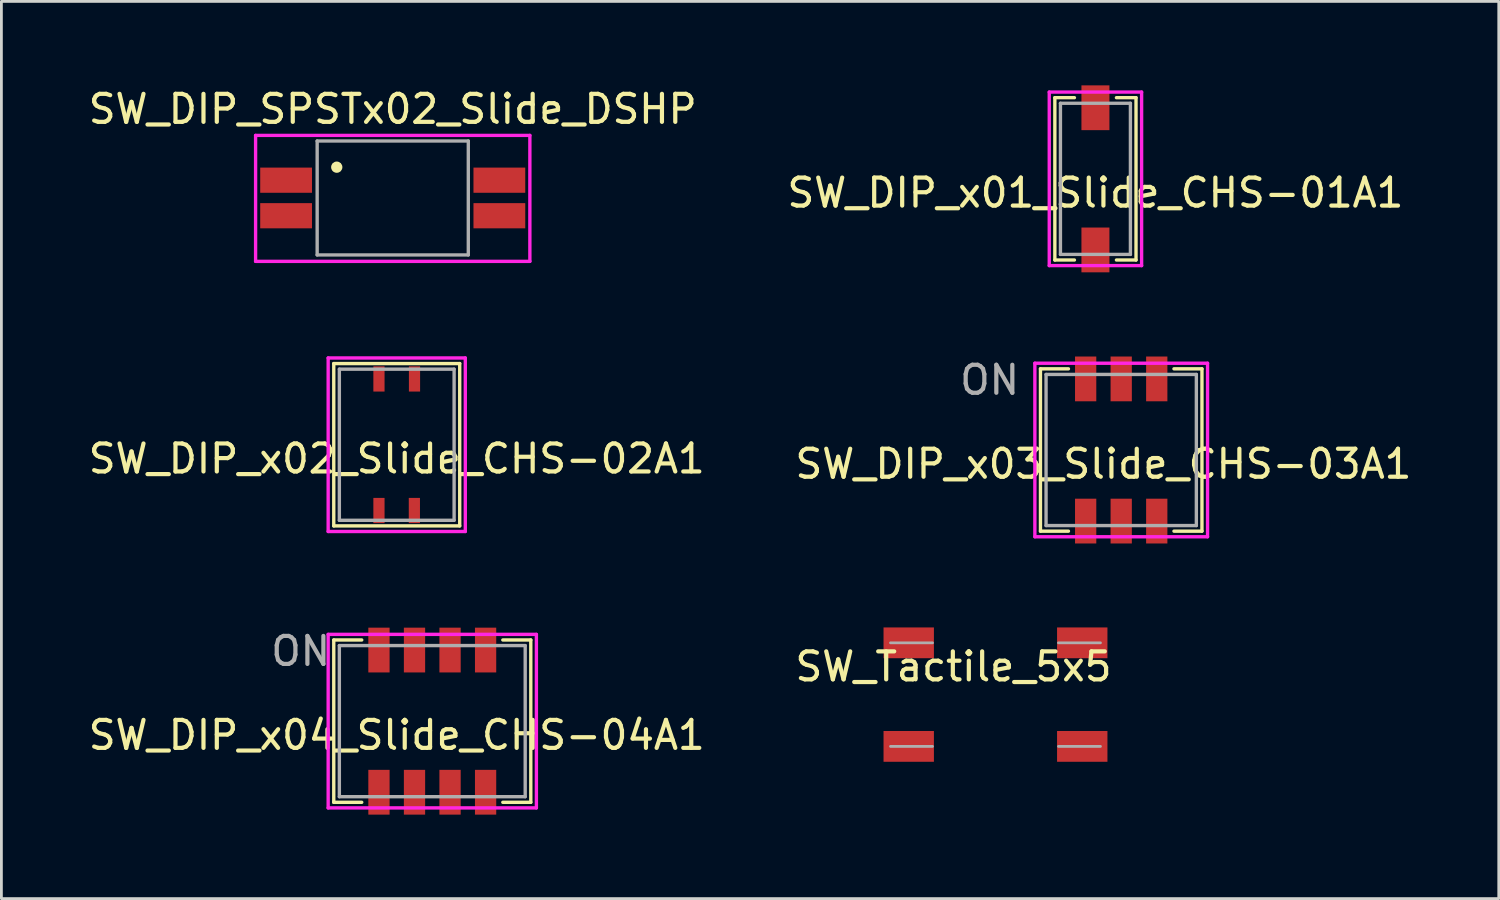
<source format=kicad_pcb>
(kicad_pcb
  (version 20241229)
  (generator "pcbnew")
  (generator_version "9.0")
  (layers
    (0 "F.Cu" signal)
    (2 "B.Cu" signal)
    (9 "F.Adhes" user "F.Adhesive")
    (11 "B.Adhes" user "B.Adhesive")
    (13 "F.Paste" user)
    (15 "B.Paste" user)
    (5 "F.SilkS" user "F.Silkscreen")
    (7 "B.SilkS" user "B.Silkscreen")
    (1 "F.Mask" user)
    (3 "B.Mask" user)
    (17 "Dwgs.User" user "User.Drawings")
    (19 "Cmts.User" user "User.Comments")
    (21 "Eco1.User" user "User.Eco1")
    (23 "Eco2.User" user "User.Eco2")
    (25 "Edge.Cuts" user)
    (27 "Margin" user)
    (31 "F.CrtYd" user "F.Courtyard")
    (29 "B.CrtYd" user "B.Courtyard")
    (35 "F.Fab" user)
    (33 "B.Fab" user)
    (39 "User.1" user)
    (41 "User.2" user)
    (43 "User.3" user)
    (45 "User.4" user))
  (footprint "SW_DIP_SPSTx02_Slide_DSHP"
    (layer "F.Cu")
    (at 10.982 4.023)
    (property "Reference" "SW_DIP_SPSTx02_Slide_DSHP" (at 0 -3.175 0) (layer "F.SilkS") (effects (font (size 1 1) (thickness 0.15))))
    (attr smd)
    (fp_circle (center -2 -1.1) (end -1.9 -1) (stroke (width 0.12) (type solid)) (fill no) (layer "F.SilkS"))
    (fp_poly (pts (xy -1.9 -1) (xy -2.1 -1) (xy -2.1 -1.2) (xy -1.9 -1.2)) (stroke (width 0.1) (type solid)) (fill yes) (layer "F.SilkS"))
    (fp_line (start -4.9 -2.235) (end -4.9 2.265) (stroke (width 0.12) (type solid)) (layer "F.CrtYd"))
    (fp_line (start -4.9 2.265) (end 4.9 2.265) (stroke (width 0.12) (type solid)) (layer "F.CrtYd"))
    (fp_line (start 4.9 -2.235) (end -4.9 -2.235) (stroke (width 0.12) (type solid)) (layer "F.CrtYd"))
    (fp_line (start 4.9 2.265) (end 4.9 -2.235) (stroke (width 0.12) (type solid)) (layer "F.CrtYd"))
    (fp_line (start -2.7 -2.035) (end 2.7 -2.035) (stroke (width 0.12) (type solid)) (layer "F.Fab"))
    (fp_line (start -2.7 2.035) (end -2.7 -2.035) (stroke (width 0.12) (type solid)) (layer "F.Fab"))
    (fp_line (start 2.7 -2.035) (end 2.7 2.035) (stroke (width 0.12) (type solid)) (layer "F.Fab"))
    (fp_line (start 2.7 2.035) (end -2.7 2.035) (stroke (width 0.12) (type solid)) (layer "F.Fab"))
    (pad "1" smd rect (at -3.81 -0.635) (size 1.85 0.9) (layers "F.Cu" "F.Mask" "F.Paste"))
    (pad "2" smd rect (at -3.81 0.635) (size 1.85 0.9) (layers "F.Cu" "F.Mask" "F.Paste"))
    (pad "3" smd rect (at 3.81 0.635) (size 1.85 0.9) (layers "F.Cu" "F.Mask" "F.Paste"))
    (pad "4" smd rect (at 3.81 -0.635) (size 1.85 0.9) (layers "F.Cu" "F.Mask" "F.Paste")))
  (footprint "SW_DIP_x02_Slide_CHS-02A1"
    (layer "F.Cu")
    (at 11.125 12.84)
    (property "Reference" "SW_DIP_x02_Slide_CHS-02A1" (at 0 0.5 0) (layer "F.SilkS") (effects (font (size 1 1) (thickness 0.15))))
    (attr smd)
    (fp_line (start -2.25 -2.9) (end -2.25 2.9) (stroke (width 0.12) (type solid)) (layer "F.SilkS"))
    (fp_line (start -2.25 -2.9) (end 2.25 -2.9) (stroke (width 0.12) (type solid)) (layer "F.SilkS"))
    (fp_line (start -2.25 2.9) (end 2.25 2.9) (stroke (width 0.12) (type solid)) (layer "F.SilkS"))
    (fp_line (start 2.25 -2.9) (end 2.25 2.9) (stroke (width 0.12) (type solid)) (layer "F.SilkS"))
    (fp_line (start -2.45 -3.1) (end 2.45 -3.1) (stroke (width 0.12) (type solid)) (layer "F.CrtYd"))
    (fp_line (start -2.45 3.1) (end -2.45 -3.1) (stroke (width 0.12) (type solid)) (layer "F.CrtYd"))
    (fp_line (start 2.45 -3.1) (end 2.45 3.1) (stroke (width 0.12) (type solid)) (layer "F.CrtYd"))
    (fp_line (start 2.45 3.1) (end -2.45 3.1) (stroke (width 0.12) (type solid)) (layer "F.CrtYd"))
    (fp_line (start -2.05 -2.7) (end 2.05 -2.7) (stroke (width 0.12) (type solid)) (layer "F.Fab"))
    (fp_line (start -2.05 2.7) (end -2.05 -2.7) (stroke (width 0.12) (type solid)) (layer "F.Fab"))
    (fp_line (start 2.05 -2.7) (end 2.05 2.7) (stroke (width 0.12) (type solid)) (layer "F.Fab"))
    (fp_line (start 2.05 2.7) (end -2.05 2.7) (stroke (width 0.12) (type solid)) (layer "F.Fab"))
    (pad "1" smd rect (at -0.635 2.35) (size 0.4 0.9) (layers "F.Cu" "F.Mask" "F.Paste"))
    (pad "2" smd rect (at 0.63 2.35) (size 0.4 0.9) (layers "F.Cu" "F.Mask" "F.Paste"))
    (pad "3" smd rect (at 0.635 -2.35) (size 0.4 0.9) (layers "F.Cu" "F.Mask" "F.Paste"))
    (pad "4" smd rect (at -0.635 -2.35) (size 0.4 0.9) (layers "F.Cu" "F.Mask" "F.Paste")))
  (footprint "SW_DIP_x04_Slide_CHS-04A1"
    (layer "F.Cu")
    (at 12.395 22.716)
    (property "Reference" "SW_DIP_x04_Slide_CHS-04A1" (at -1.27 0.5 0) (layer "F.SilkS") (effects (font (size 1 1) (thickness 0.15))))
    (attr smd)
    (fp_line (start -3.52 -2.9) (end -3.52 2.9) (stroke (width 0.12) (type solid)) (layer "F.SilkS"))
    (fp_line (start -3.52 -2.9) (end -2.52 -2.9) (stroke (width 0.12) (type solid)) (layer "F.SilkS"))
    (fp_line (start -3.52 2.9) (end -2.52 2.9) (stroke (width 0.12) (type solid)) (layer "F.SilkS"))
    (fp_line (start 3.52 -2.9) (end 2.52 -2.9) (stroke (width 0.12) (type solid)) (layer "F.SilkS"))
    (fp_line (start 3.52 -2.9) (end 3.52 2.9) (stroke (width 0.12) (type solid)) (layer "F.SilkS"))
    (fp_line (start 3.52 2.9) (end 2.52 2.9) (stroke (width 0.12) (type solid)) (layer "F.SilkS"))
    (fp_line (start -3.72 -3.1) (end 3.72 -3.1) (stroke (width 0.12) (type solid)) (layer "F.CrtYd"))
    (fp_line (start -3.72 3.1) (end -3.72 -3.1) (stroke (width 0.12) (type solid)) (layer "F.CrtYd"))
    (fp_line (start 3.72 -3.1) (end 3.72 3.1) (stroke (width 0.12) (type solid)) (layer "F.CrtYd"))
    (fp_line (start 3.72 3.1) (end -3.72 3.1) (stroke (width 0.12) (type solid)) (layer "F.CrtYd"))
    (fp_line (start -3.32 -2.7) (end 3.32 -2.7) (stroke (width 0.12) (type solid)) (layer "F.Fab"))
    (fp_line (start -3.32 2.7) (end -3.32 -2.7) (stroke (width 0.12) (type solid)) (layer "F.Fab"))
    (fp_line (start 3.32 -2.7) (end 3.32 2.7) (stroke (width 0.12) (type solid)) (layer "F.Fab"))
    (fp_line (start 3.32 2.7) (end -3.32 2.7) (stroke (width 0.12) (type solid)) (layer "F.Fab"))
    (fp_text user "ON" (at -4.7 -2.5 0) (layer "F.Fab") (effects (font (size 1 1) (thickness 0.15))))
    (pad "1" smd rect (at -1.905 2.54) (size 0.76 1.6) (layers "F.Cu" "F.Mask" "F.Paste"))
    (pad "2" smd rect (at -0.635 2.54) (size 0.76 1.6) (layers "F.Cu" "F.Mask" "F.Paste"))
    (pad "3" smd rect (at 0.635 2.54) (size 0.76 1.6) (layers "F.Cu" "F.Mask" "F.Paste"))
    (pad "4" smd rect (at 1.905 2.54) (size 0.76 1.6) (layers "F.Cu" "F.Mask" "F.Paste"))
    (pad "5" smd rect (at 1.905 -2.54) (size 0.76 1.6) (layers "F.Cu" "F.Mask" "F.Paste"))
    (pad "6" smd rect (at 0.635 -2.54) (size 0.76 1.6) (layers "F.Cu" "F.Mask" "F.Paste"))
    (pad "7" smd rect (at -0.635 -2.54) (size 0.76 1.6) (layers "F.Cu" "F.Mask" "F.Paste"))
    (pad "8" smd rect (at -1.905 -2.54) (size 0.76 1.6) (layers "F.Cu" "F.Mask" "F.Paste")))
  (footprint "SW_DIP_x01_Slide_CHS-01A1"
    (layer "F.Cu")
    (at 36.089 3.34)
    (property "Reference" "SW_DIP_x01_Slide_CHS-01A1" (at 0 0.5 0) (layer "F.SilkS") (effects (font (size 1 1) (thickness 0.15))))
    (attr smd)
    (fp_line (start -1.45 -2.9) (end -1.45 2.9) (stroke (width 0.12) (type solid)) (layer "F.SilkS"))
    (fp_line (start -1.45 -2.9) (end -0.75 -2.9) (stroke (width 0.12) (type solid)) (layer "F.SilkS"))
    (fp_line (start -1.45 2.9) (end -0.75 2.9) (stroke (width 0.12) (type solid)) (layer "F.SilkS"))
    (fp_line (start 0.75 2.9) (end 1.45 2.9) (stroke (width 0.12) (type solid)) (layer "F.SilkS"))
    (fp_line (start 1.45 -2.9) (end 0.75 -2.9) (stroke (width 0.12) (type solid)) (layer "F.SilkS"))
    (fp_line (start 1.45 -2.9) (end 1.45 2.9) (stroke (width 0.12) (type solid)) (layer "F.SilkS"))
    (fp_line (start -1.65 -3.1) (end 1.65 -3.1) (stroke (width 0.12) (type solid)) (layer "F.CrtYd"))
    (fp_line (start -1.65 3.1) (end -1.65 -3.1) (stroke (width 0.12) (type solid)) (layer "F.CrtYd"))
    (fp_line (start 1.65 -3.1) (end 1.65 3.1) (stroke (width 0.12) (type solid)) (layer "F.CrtYd"))
    (fp_line (start 1.65 3.1) (end -1.65 3.1) (stroke (width 0.12) (type solid)) (layer "F.CrtYd"))
    (fp_line (start -1.25 -2.7) (end 1.25 -2.7) (stroke (width 0.12) (type solid)) (layer "F.Fab"))
    (fp_line (start -1.25 2.7) (end -1.25 -2.7) (stroke (width 0.12) (type solid)) (layer "F.Fab"))
    (fp_line (start 1.25 -2.7) (end 1.25 2.7) (stroke (width 0.12) (type solid)) (layer "F.Fab"))
    (fp_line (start 1.25 2.7) (end -1.25 2.7) (stroke (width 0.12) (type solid)) (layer "F.Fab"))
    (pad "1" smd rect (at 0 2.54) (size 1 1.6) (layers "F.Cu" "F.Mask" "F.Paste"))
    (pad "2" smd rect (at 0 -2.54) (size 1 1.6) (layers "F.Cu" "F.Mask" "F.Paste")))
  (footprint "SW_Tactile_5x5"
    (layer "F.Cu")
    (at 32.518 21.768)
    (property "Reference" "SW_Tactile_5x5" (at -1.5 -1 0) (layer "F.SilkS") (effects (font (size 1 1) (thickness 0.15))))
    (attr smd)
    (fp_line (start -3.75 1.85) (end -2.25 1.85) (stroke (width 0.1) (type solid)) (layer "F.Fab"))
    (fp_line (start -2.25 -1.85) (end -3.75 -1.85) (stroke (width 0.1) (type solid)) (layer "F.Fab"))
    (fp_line (start 3.75 -1.85) (end 2.25 -1.85) (stroke (width 0.1) (type solid)) (layer "F.Fab"))
    (fp_line (start 3.75 1.85) (end 2.25 1.85) (stroke (width 0.1) (type solid)) (layer "F.Fab"))
    (pad "1" smd rect (at -3.1 -1.85) (size 1.8 1.1) (layers "F.Cu" "F.Mask" "F.Paste"))
    (pad "1" smd rect (at 3.1 -1.85) (size 1.8 1.1) (layers "F.Cu" "F.Mask" "F.Paste"))
    (pad "2" smd rect (at -3.1 1.85) (size 1.8 1.1) (layers "F.Cu" "F.Mask" "F.Paste"))
    (pad "2" smd rect (at 3.1 1.85) (size 1.8 1.1) (layers "F.Cu" "F.Mask" "F.Paste")))
  (footprint "SW_DIP_x03_Slide_CHS-03A1"
    (layer "F.Cu")
    (at 37.01 13.028)
    (property "Reference" "SW_DIP_x03_Slide_CHS-03A1" (at -0.635 0.5 0) (layer "F.SilkS") (effects (font (size 1 1) (thickness 0.15))))
    (attr smd)
    (fp_line (start -2.885 -2.9) (end -2.885 2.9) (stroke (width 0.12) (type solid)) (layer "F.SilkS"))
    (fp_line (start -2.885 -2.9) (end -1.885 -2.9) (stroke (width 0.12) (type solid)) (layer "F.SilkS"))
    (fp_line (start -2.885 2.9) (end -1.885 2.9) (stroke (width 0.12) (type solid)) (layer "F.SilkS"))
    (fp_line (start 2.885 -2.9) (end 1.885 -2.9) (stroke (width 0.12) (type solid)) (layer "F.SilkS"))
    (fp_line (start 2.885 -2.9) (end 2.885 2.9) (stroke (width 0.12) (type solid)) (layer "F.SilkS"))
    (fp_line (start 2.885 2.9) (end 1.885 2.9) (stroke (width 0.12) (type solid)) (layer "F.SilkS"))
    (fp_line (start -3.085 -3.1) (end 3.085 -3.1) (stroke (width 0.12) (type solid)) (layer "F.CrtYd"))
    (fp_line (start -3.085 3.1) (end -3.085 -3.1) (stroke (width 0.12) (type solid)) (layer "F.CrtYd"))
    (fp_line (start 3.085 -3.1) (end 3.085 3.1) (stroke (width 0.12) (type solid)) (layer "F.CrtYd"))
    (fp_line (start 3.085 3.1) (end -3.085 3.1) (stroke (width 0.12) (type solid)) (layer "F.CrtYd"))
    (fp_line (start -2.685 -2.7) (end 2.685 -2.7) (stroke (width 0.12) (type solid)) (layer "F.Fab"))
    (fp_line (start -2.685 2.7) (end -2.685 -2.7) (stroke (width 0.12) (type solid)) (layer "F.Fab"))
    (fp_line (start 2.685 -2.7) (end 2.685 2.7) (stroke (width 0.12) (type solid)) (layer "F.Fab"))
    (fp_line (start 2.685 2.7) (end -2.685 2.7) (stroke (width 0.12) (type solid)) (layer "F.Fab"))
    (fp_text user "ON" (at -4.7 -2.5 0) (layer "F.Fab") (effects (font (size 1 1) (thickness 0.15))))
    (pad "1" smd rect (at -1.27 2.54) (size 0.76 1.6) (layers "F.Cu" "F.Mask" "F.Paste"))
    (pad "2" smd rect (at 0 2.54) (size 0.76 1.6) (layers "F.Cu" "F.Mask" "F.Paste"))
    (pad "3" smd rect (at 1.27 2.54) (size 0.76 1.6) (layers "F.Cu" "F.Mask" "F.Paste"))
    (pad "4" smd rect (at 1.27 -2.54) (size 0.76 1.6) (layers "F.Cu" "F.Mask" "F.Paste"))
    (pad "5" smd rect (at 0 -2.54) (size 0.76 1.6) (layers "F.Cu" "F.Mask" "F.Paste"))
    (pad "6" smd rect (at -1.27 -2.54) (size 0.76 1.6) (layers "F.Cu" "F.Mask" "F.Paste")))
  (gr_rect
    (start -3 -3)
    (end 50.5 29.056)
    (stroke (width 0.1) (type default))
    (fill no)
    (layer "Edge.Cuts")))
</source>
